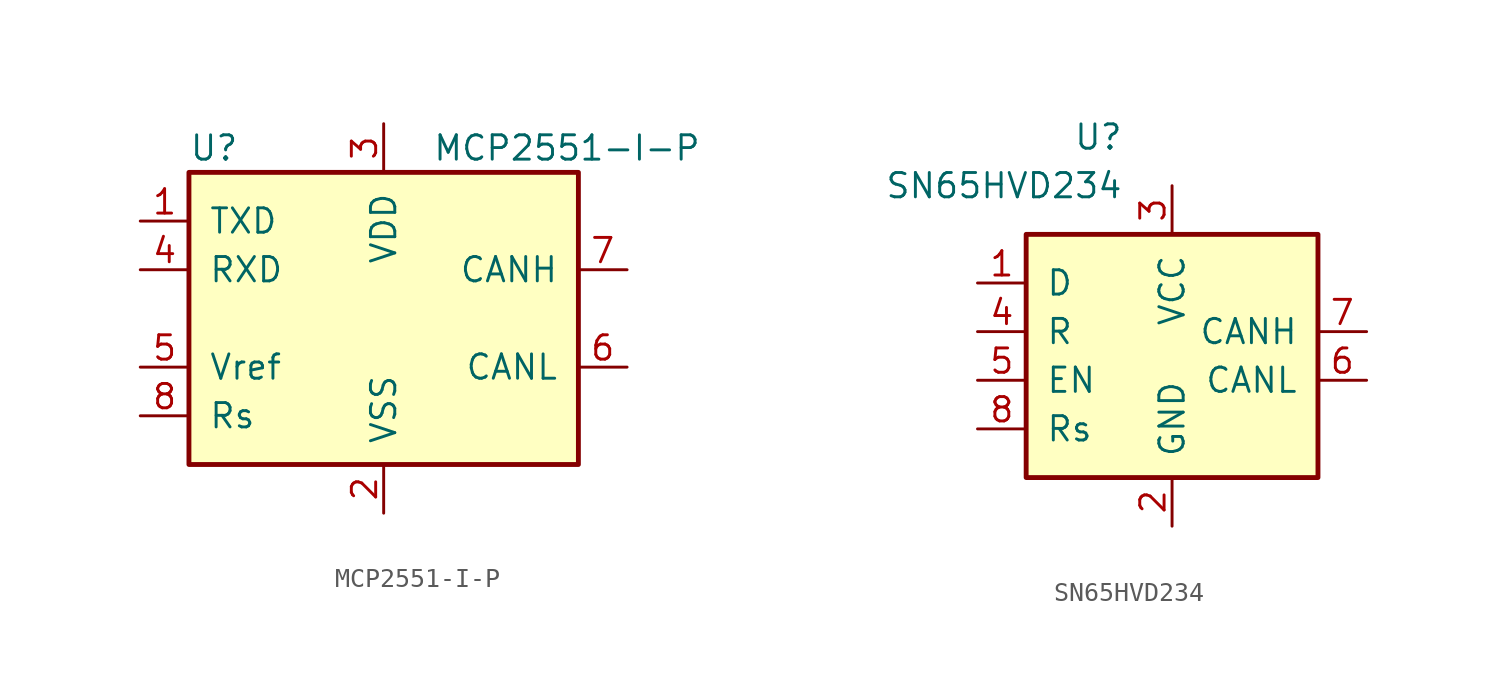
<source format=kicad_sym>
(kicad_symbol_lib
  (version 20201005)
  (generator kicad_symbol_editor)
  (symbol "MCP2551-I-P"
    (pin_names
      (offset 1.016))
    (property "Reference" "U"
      (at -10.16 8.89 0)
      (effects (font (size 1.27 1.27)) (justify left)))
    (property "Value" "MCP2551-I-P"
      (at 2.54 8.89 0)
      (effects (font (size 1.27 1.27)) (justify left)))
    (symbol "MCP2551-I-P_0_1"
      (rectangle (start -10.16 7.62) (end 10.16 -7.62) (stroke (width 0.254)) (fill (type background))))
    (symbol "MCP2551-I-P_1_1"
      (pin input line (at -12.7 5.08 0) (length 2.54) (name "TXD" (effects (font (size 1.27 1.27)))) (number "1" (effects (font (size 1.27 1.27)))))
      (pin power_in line (at 0 -10.16 90) (length 2.54) (name "VSS" (effects (font (size 1.27 1.27)))) (number "2" (effects (font (size 1.27 1.27)))))
      (pin power_in line (at 0 10.16 270) (length 2.54) (name "VDD" (effects (font (size 1.27 1.27)))) (number "3" (effects (font (size 1.27 1.27)))))
      (pin output line (at -12.7 2.54 0) (length 2.54) (name "RXD" (effects (font (size 1.27 1.27)))) (number "4" (effects (font (size 1.27 1.27)))))
      (pin power_out line (at -12.7 -2.54 0) (length 2.54) (name "Vref" (effects (font (size 1.27 1.27)))) (number "5" (effects (font (size 1.27 1.27)))))
      (pin bidirectional line (at 12.7 -2.54 180) (length 2.54) (name "CANL" (effects (font (size 1.27 1.27)))) (number "6" (effects (font (size 1.27 1.27)))))
      (pin bidirectional line (at 12.7 2.54 180) (length 2.54) (name "CANH" (effects (font (size 1.27 1.27)))) (number "7" (effects (font (size 1.27 1.27)))))
      (pin input line (at -12.7 -5.08 0) (length 2.54) (name "Rs" (effects (font (size 1.27 1.27)))) (number "8" (effects (font (size 1.27 1.27)))))))
  (symbol "SN65HVD234"
    (pin_names
      (offset 1.016))
    (property "Reference" "U"
      (at -2.54 10.16 0)
      (effects (font (size 1.27 1.27)) (justify right)))
    (property "Value" "SN65HVD234"
      (at -2.54 7.62 0)
      (effects (font (size 1.27 1.27)) (justify right)))
    (symbol "SN65HVD234_0_1"
      (rectangle (start -7.62 5.08) (end 7.62 -7.62) (stroke (width 0.254)) (fill (type background))))
    (symbol "SN65HVD234_1_1"
      (pin input line (at -10.16 2.54 0) (length 2.54) (name "D" (effects (font (size 1.27 1.27)))) (number "1" (effects (font (size 1.27 1.27)))))
      (pin power_in line (at 0 -10.16 90) (length 2.54) (name "GND" (effects (font (size 1.27 1.27)))) (number "2" (effects (font (size 1.27 1.27)))))
      (pin power_in line (at 0 7.62 270) (length 2.54) (name "VCC" (effects (font (size 1.27 1.27)))) (number "3" (effects (font (size 1.27 1.27)))))
      (pin output line (at -10.16 0 0) (length 2.54) (name "R" (effects (font (size 1.27 1.27)))) (number "4" (effects (font (size 1.27 1.27)))))
      (pin input line (at -10.16 -2.54 0) (length 2.54) (name "EN" (effects (font (size 1.27 1.27)))) (number "5" (effects (font (size 1.27 1.27)))))
      (pin bidirectional line (at 10.16 -2.54 180) (length 2.54) (name "CANL" (effects (font (size 1.27 1.27)))) (number "6" (effects (font (size 1.27 1.27)))))
      (pin bidirectional line (at 10.16 0 180) (length 2.54) (name "CANH" (effects (font (size 1.27 1.27)))) (number "7" (effects (font (size 1.27 1.27)))))
      (pin input line (at -10.16 -5.08 0) (length 2.54) (name "Rs" (effects (font (size 1.27 1.27)))) (number "8" (effects (font (size 1.27 1.27))))))))
</source>
